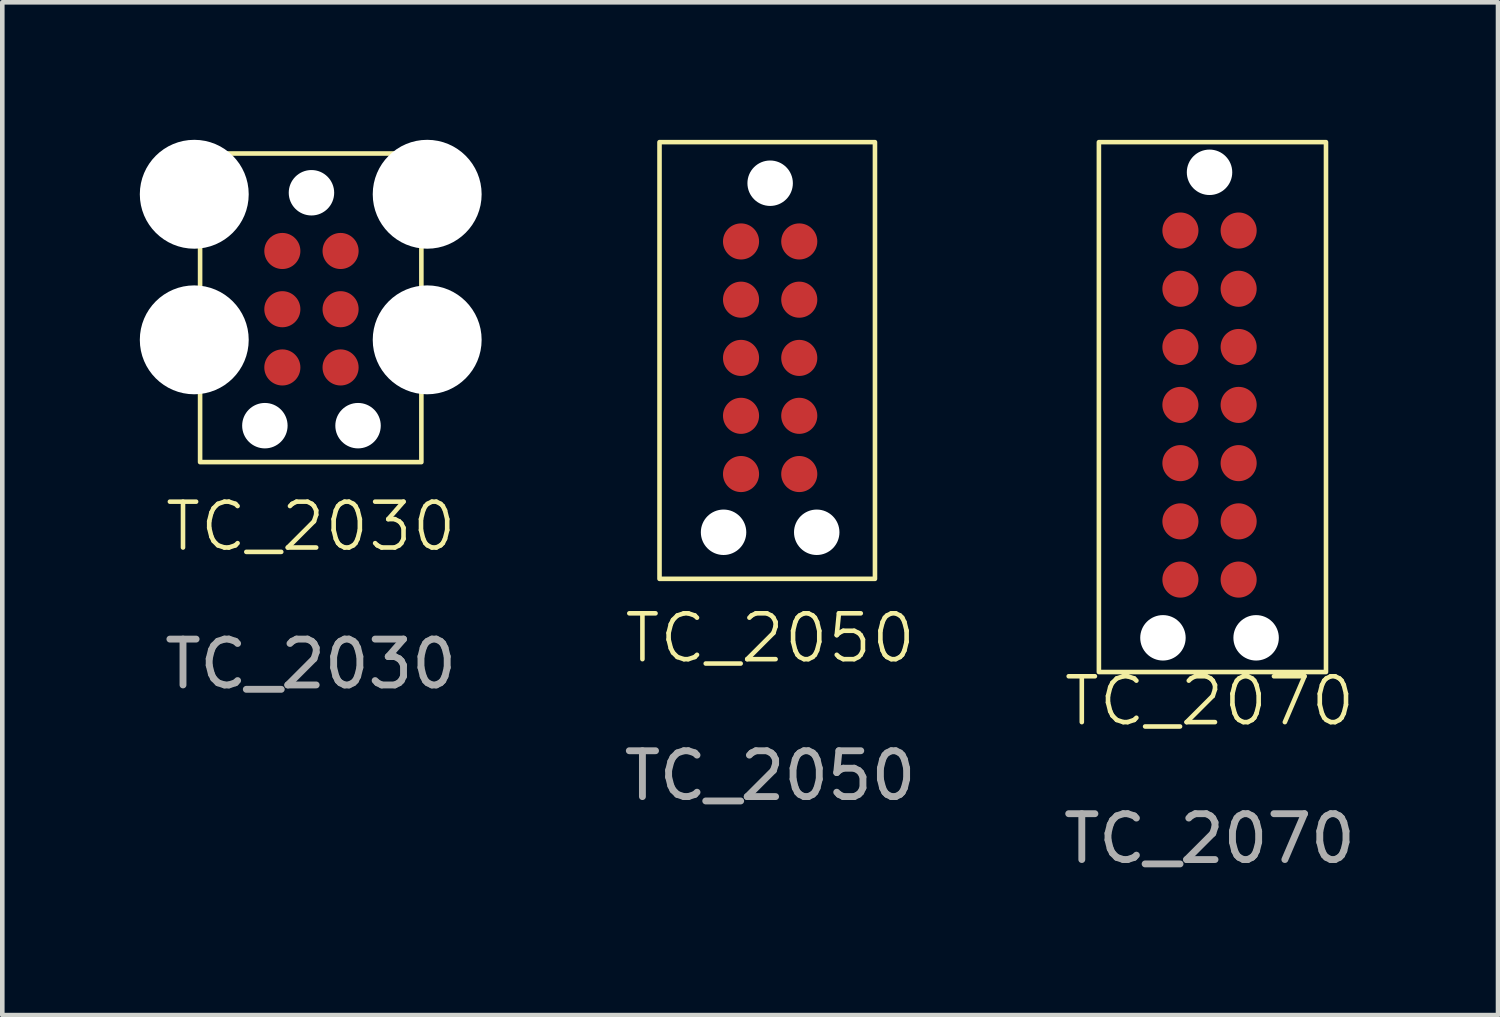
<source format=kicad_pcb>
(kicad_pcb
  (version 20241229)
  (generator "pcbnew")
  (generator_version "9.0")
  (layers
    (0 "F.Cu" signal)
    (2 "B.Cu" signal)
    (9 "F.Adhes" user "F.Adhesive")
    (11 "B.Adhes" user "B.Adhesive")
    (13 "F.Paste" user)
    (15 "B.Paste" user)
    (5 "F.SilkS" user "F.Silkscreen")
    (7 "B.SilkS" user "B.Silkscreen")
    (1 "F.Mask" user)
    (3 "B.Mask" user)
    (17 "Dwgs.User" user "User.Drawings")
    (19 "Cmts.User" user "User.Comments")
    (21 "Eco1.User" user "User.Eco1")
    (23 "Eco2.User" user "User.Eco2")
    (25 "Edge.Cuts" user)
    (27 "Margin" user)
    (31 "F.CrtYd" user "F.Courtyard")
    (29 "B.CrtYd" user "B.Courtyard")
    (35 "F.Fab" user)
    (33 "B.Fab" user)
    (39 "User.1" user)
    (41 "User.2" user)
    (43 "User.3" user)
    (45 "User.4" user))
  (footprint "TC_2070"
    (layer "F.Cu")
    (at 23.33 5.638)
    (property "Reference" "TC_2070" (at 0 6.604 0) (unlocked yes) (layer "F.SilkS") (effects (font (size 1 1) (thickness 0.1))))
    (attr smd)
    (fp_rect (start -2.413 -5.588) (end 2.54 5.969) (stroke (width 0.1) (type default)) (fill no) (layer "F.SilkS"))
    (fp_text user "${REFERENCE}" (at 0 9.604 0) (unlocked yes) (layer "F.Fab") (effects (font (size 1 1) (thickness 0.15))))
    (pad "" np_thru_hole circle (at -1.016 5.223 270) (size 0.991 0.991) (drill 0.991) (layers "*.Cu" "*.Mask"))
    (pad "" np_thru_hole circle (at 0 -4.93 270) (size 0.991 0.991) (drill 0.991) (layers "*.Cu" "*.Mask"))
    (pad "" np_thru_hole circle (at 1.016 5.223 270) (size 0.991 0.991) (drill 0.991) (layers "*.Cu" "*.Mask"))
    (pad "1" smd circle (at -0.635 -3.66 270) (size 0.787 0.787) (layers "F.Cu" "F.Mask" "F.Paste"))
    (pad "2" smd circle (at -0.635 -2.39 270) (size 0.787 0.787) (layers "F.Cu" "F.Mask" "F.Paste"))
    (pad "3" smd circle (at -0.635 -1.12 270) (size 0.787 0.787) (layers "F.Cu" "F.Mask" "F.Paste"))
    (pad "4" smd circle (at -0.635 0.143 270) (size 0.787 0.787) (layers "F.Cu" "F.Mask" "F.Paste"))
    (pad "5" smd circle (at -0.635 1.413 270) (size 0.787 0.787) (layers "F.Cu" "F.Mask" "F.Paste"))
    (pad "6" smd circle (at -0.635 2.683 270) (size 0.787 0.787) (layers "F.Cu" "F.Mask" "F.Paste"))
    (pad "7" smd circle (at -0.635 3.953 270) (size 0.787 0.787) (layers "F.Cu" "F.Mask" "F.Paste"))
    (pad "8" smd circle (at 0.635 3.953 270) (size 0.787 0.787) (layers "F.Cu" "F.Mask" "F.Paste"))
    (pad "9" smd circle (at 0.635 2.683 270) (size 0.787 0.787) (layers "F.Cu" "F.Mask" "F.Paste"))
    (pad "10" smd circle (at 0.635 1.413 270) (size 0.787 0.787) (layers "F.Cu" "F.Mask" "F.Paste"))
    (pad "11" smd circle (at 0.635 0.143 270) (size 0.787 0.787) (layers "F.Cu" "F.Mask" "F.Paste"))
    (pad "12" smd circle (at 0.635 -1.12 270) (size 0.787 0.787) (layers "F.Cu" "F.Mask" "F.Paste"))
    (pad "13" smd circle (at 0.635 -2.39 270) (size 0.787 0.787) (layers "F.Cu" "F.Mask" "F.Paste"))
    (pad "14" smd circle (at 0.635 -3.66 270) (size 0.787 0.787) (layers "F.Cu" "F.Mask" "F.Paste")))
  (footprint "TC_2030"
    (layer "F.Cu")
    (at 3.727 8.934)
    (property "Reference" "TC_2030" (at 0 -0.5 0) (unlocked yes) (layer "F.SilkS") (effects (font (size 1 1) (thickness 0.1))))
    (attr smd)
    (fp_rect (start -2.413 -8.636) (end 2.413 -1.905) (stroke (width 0.1) (type default)) (fill no) (layer "F.SilkS"))
    (fp_text user "${REFERENCE}" (at 0 2.5 0) (unlocked yes) (layer "F.Fab") (effects (font (size 1 1) (thickness 0.15))))
    (pad "" np_thru_hole circle (at -2.54 -7.747 270) (size 2.375 2.375) (drill 2.375) (layers "*.Cu" "*.Mask"))
    (pad "" np_thru_hole circle (at -2.54 -4.572 270) (size 2.375 2.375) (drill 2.375) (layers "*.Cu" "*.Mask"))
    (pad "" np_thru_hole circle (at -1 -2.7 270) (size 0.991 0.991) (drill 0.991) (layers "*.Cu" "*.Mask"))
    (pad "" np_thru_hole circle (at 0.016 -7.78 270) (size 0.991 0.991) (drill 0.991) (layers "*.Cu" "*.Mask"))
    (pad "" np_thru_hole circle (at 1.032 -2.7 270) (size 0.991 0.991) (drill 0.991) (layers "*.Cu" "*.Mask"))
    (pad "" np_thru_hole circle (at 2.54 -7.747 270) (size 2.375 2.375) (drill 2.375) (layers "*.Cu" "*.Mask"))
    (pad "" np_thru_hole circle (at 2.54 -4.572 270) (size 2.375 2.375) (drill 2.375) (layers "*.Cu" "*.Mask"))
    (pad "1" smd circle (at -0.619 -6.51 270) (size 0.787 0.787) (layers "F.Cu" "F.Mask" "F.Paste"))
    (pad "2" smd circle (at 0.651 -6.51 270) (size 0.787 0.787) (layers "F.Cu" "F.Mask" "F.Paste"))
    (pad "3" smd circle (at -0.619 -5.24 270) (size 0.787 0.787) (layers "F.Cu" "F.Mask" "F.Paste"))
    (pad "4" smd circle (at 0.651 -5.24 270) (size 0.787 0.787) (layers "F.Cu" "F.Mask" "F.Paste"))
    (pad "5" smd circle (at -0.619 -3.97 270) (size 0.787 0.787) (layers "F.Cu" "F.Mask" "F.Paste"))
    (pad "6" smd circle (at 0.651 -3.97 270) (size 0.787 0.787) (layers "F.Cu" "F.Mask" "F.Paste")))
  (footprint "TC_2050"
    (layer "F.Cu")
    (at 13.874 4.749)
    (property "Reference" "TC_2050" (at -0.127 6.12 0) (unlocked yes) (layer "F.SilkS") (effects (font (size 1 1) (thickness 0.1))))
    (attr smd)
    (fp_rect (start -2.54 -4.699) (end 2.159 4.826) (stroke (width 0.1) (type default)) (fill no) (layer "F.SilkS"))
    (fp_text user "${REFERENCE}" (at -0.127 9.12 0) (unlocked yes) (layer "F.Fab") (effects (font (size 1 1) (thickness 0.15))))
    (pad "" np_thru_hole circle (at -1.143 3.81 270) (size 0.991 0.991) (drill 0.991) (layers "*.Cu" "*.Mask"))
    (pad "" np_thru_hole circle (at -0.127 -3.803 270) (size 0.991 0.991) (drill 0.991) (layers "*.Cu" "*.Mask"))
    (pad "" np_thru_hole circle (at 0.889 3.81 270) (size 0.991 0.991) (drill 0.991) (layers "*.Cu" "*.Mask"))
    (pad "1" smd circle (at -0.762 -2.533 270) (size 0.787 0.787) (layers "F.Cu" "F.Mask" "F.Paste"))
    (pad "2" smd circle (at -0.762 -1.263 270) (size 0.787 0.787) (layers "F.Cu" "F.Mask" "F.Paste"))
    (pad "3" smd circle (at -0.762 0.007 270) (size 0.787 0.787) (layers "F.Cu" "F.Mask" "F.Paste"))
    (pad "4" smd circle (at -0.762 1.27 270) (size 0.787 0.787) (layers "F.Cu" "F.Mask" "F.Paste"))
    (pad "5" smd circle (at -0.762 2.54 270) (size 0.787 0.787) (layers "F.Cu" "F.Mask" "F.Paste"))
    (pad "6" smd circle (at 0.508 2.54 270) (size 0.787 0.787) (layers "F.Cu" "F.Mask" "F.Paste"))
    (pad "7" smd circle (at 0.508 1.27 270) (size 0.787 0.787) (layers "F.Cu" "F.Mask" "F.Paste"))
    (pad "8" smd circle (at 0.508 0.007 270) (size 0.787 0.787) (layers "F.Cu" "F.Mask" "F.Paste"))
    (pad "9" smd circle (at 0.508 -1.263 270) (size 0.787 0.787) (layers "F.Cu" "F.Mask" "F.Paste"))
    (pad "10" smd circle (at 0.508 -2.533 270) (size 0.787 0.787) (layers "F.Cu" "F.Mask" "F.Paste")))
  (gr_rect
    (start -3 -3)
    (end 29.622 19.09)
    (stroke (width 0.1) (type default))
    (fill no)
    (layer "Edge.Cuts")))
</source>
